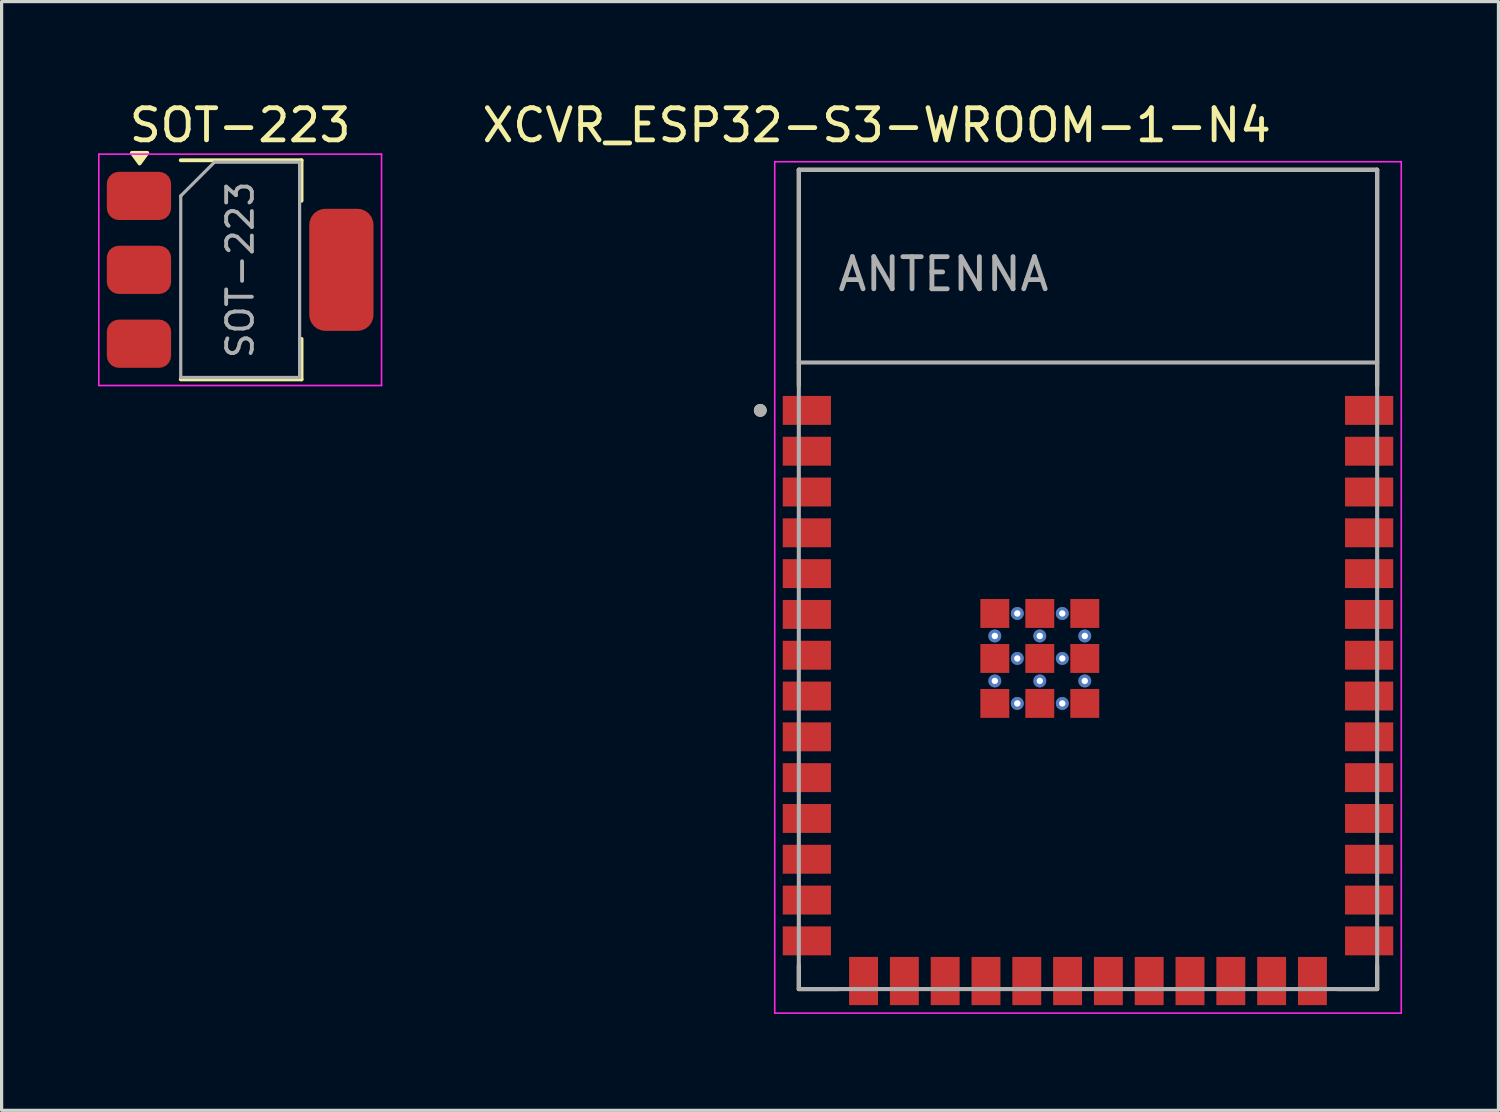
<source format=kicad_pcb>
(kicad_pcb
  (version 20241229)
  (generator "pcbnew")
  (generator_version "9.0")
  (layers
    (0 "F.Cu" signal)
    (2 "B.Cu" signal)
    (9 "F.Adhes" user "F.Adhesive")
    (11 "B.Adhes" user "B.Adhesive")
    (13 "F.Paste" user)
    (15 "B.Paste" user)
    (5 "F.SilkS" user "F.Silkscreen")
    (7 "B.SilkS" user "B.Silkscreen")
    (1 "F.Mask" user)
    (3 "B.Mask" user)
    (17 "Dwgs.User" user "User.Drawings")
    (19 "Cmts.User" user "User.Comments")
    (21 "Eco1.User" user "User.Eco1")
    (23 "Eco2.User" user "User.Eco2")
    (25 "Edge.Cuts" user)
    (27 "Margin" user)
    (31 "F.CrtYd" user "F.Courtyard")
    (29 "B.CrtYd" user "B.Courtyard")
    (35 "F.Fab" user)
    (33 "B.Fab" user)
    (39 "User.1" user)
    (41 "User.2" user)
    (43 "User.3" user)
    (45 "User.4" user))
  (footprint "SOT-223"
    (layer "F.Cu")
    (at 4.425 5.348)
    (property "Reference" "SOT-223" (at 0 -4.5 0) (layer "F.SilkS") (effects (font (size 1 1) (thickness 0.15))))
    (attr smd)
    (fp_line (start -1.85 -3.41) (end 1.91 -3.41) (stroke (width 0.12) (type solid)) (layer "F.SilkS"))
    (fp_line (start -1.85 3.41) (end 1.91 3.41) (stroke (width 0.12) (type solid)) (layer "F.SilkS"))
    (fp_line (start 1.91 -3.41) (end 1.91 -2.15) (stroke (width 0.12) (type solid)) (layer "F.SilkS"))
    (fp_line (start 1.91 3.41) (end 1.91 2.15) (stroke (width 0.12) (type solid)) (layer "F.SilkS"))
    (fp_poly (pts (xy -3.13 -3.31) (xy -3.37 -3.64) (xy -2.89 -3.64) (xy -3.13 -3.31)) (stroke (width 0.12) (type solid)) (fill yes) (layer "F.SilkS"))
    (fp_line (start -4.4 -3.6) (end -4.4 3.6) (stroke (width 0.05) (type solid)) (layer "F.CrtYd"))
    (fp_line (start -4.4 3.6) (end 4.4 3.6) (stroke (width 0.05) (type solid)) (layer "F.CrtYd"))
    (fp_line (start 4.4 -3.6) (end -4.4 -3.6) (stroke (width 0.05) (type solid)) (layer "F.CrtYd"))
    (fp_line (start 4.4 3.6) (end 4.4 -3.6) (stroke (width 0.05) (type solid)) (layer "F.CrtYd"))
    (fp_line (start -1.85 -2.3) (end -1.85 3.35) (stroke (width 0.1) (type solid)) (layer "F.Fab"))
    (fp_line (start -1.85 -2.3) (end -0.8 -3.35) (stroke (width 0.1) (type solid)) (layer "F.Fab"))
    (fp_line (start -1.85 3.35) (end 1.85 3.35) (stroke (width 0.1) (type solid)) (layer "F.Fab"))
    (fp_line (start -0.8 -3.35) (end 1.85 -3.35) (stroke (width 0.1) (type solid)) (layer "F.Fab"))
    (fp_line (start 1.85 -3.35) (end 1.85 3.35) (stroke (width 0.1) (type solid)) (layer "F.Fab"))
    (fp_text user "${REFERENCE}" (at 0 0 90) (layer "F.Fab") (effects (font (size 0.8 0.8) (thickness 0.12))))
    (pad "1" smd roundrect (at -3.15 -2.3) (size 2 1.5) (layers "F.Cu" "F.Mask" "F.Paste") (roundrect_rratio 0.25))
    (pad "2" smd roundrect (at -3.15 0) (size 2 1.5) (layers "F.Cu" "F.Mask" "F.Paste") (roundrect_rratio 0.25))
    (pad "2" smd roundrect (at 3.15 0) (size 2 3.8) (layers "F.Cu" "F.Mask" "F.Paste") (roundrect_rratio 0.25))
    (pad "3" smd roundrect (at -3.15 2.3) (size 2 1.5) (layers "F.Cu" "F.Mask" "F.Paste") (roundrect_rratio 0.25)))
  (footprint "XCVR_ESP32-S3-WROOM-1-N4"
    (layer "F.Cu")
    (at 30.812 14.983)
    (property "Reference" "XCVR_ESP32-S3-WROOM-1-N4" (at -6.575 -14.135 0) (layer "F.SilkS") (effects (font (size 1 1) (thickness 0.15))))
    (attr smd)
    (fp_line (start -9 -12.75) (end 9 -12.75) (stroke (width 0.127) (type solid)) (layer "F.SilkS"))
    (fp_line (start -9 -6.03) (end -9 -12.75) (stroke (width 0.127) (type solid)) (layer "F.SilkS"))
    (fp_line (start -9 12.02) (end -9 12.75) (stroke (width 0.127) (type solid)) (layer "F.SilkS"))
    (fp_line (start -9 12.75) (end -7.755 12.75) (stroke (width 0.127) (type solid)) (layer "F.SilkS"))
    (fp_line (start 9 -12.75) (end 9 -6.03) (stroke (width 0.127) (type solid)) (layer "F.SilkS"))
    (fp_line (start 9 12.02) (end 9 12.75) (stroke (width 0.127) (type solid)) (layer "F.SilkS"))
    (fp_line (start 9 12.75) (end 7.755 12.75) (stroke (width 0.127) (type solid)) (layer "F.SilkS"))
    (fp_circle (center -10.2 -5.26) (end -10.1 -5.26) (stroke (width 0.2) (type solid)) (fill no) (layer "F.SilkS"))
    (fp_line (start -9.75 -13) (end 9.75 -13) (stroke (width 0.05) (type solid)) (layer "F.CrtYd"))
    (fp_line (start -9.75 13.5) (end -9.75 -13) (stroke (width 0.05) (type solid)) (layer "F.CrtYd"))
    (fp_line (start -9.75 13.5) (end 9.75 13.5) (stroke (width 0.05) (type solid)) (layer "F.CrtYd"))
    (fp_line (start 9.75 -13) (end 9.75 13.5) (stroke (width 0.05) (type solid)) (layer "F.CrtYd"))
    (fp_line (start -9 -12.75) (end 9 -12.75) (stroke (width 0.127) (type solid)) (layer "F.Fab"))
    (fp_line (start -9 -6.75) (end -9 -12.75) (stroke (width 0.127) (type solid)) (layer "F.Fab"))
    (fp_line (start -9 -6.75) (end 9 -6.75) (stroke (width 0.127) (type solid)) (layer "F.Fab"))
    (fp_line (start -9 12.75) (end -9 -6.75) (stroke (width 0.127) (type solid)) (layer "F.Fab"))
    (fp_line (start 9 -12.75) (end 9 -6.75) (stroke (width 0.127) (type solid)) (layer "F.Fab"))
    (fp_line (start 9 -6.75) (end 9 12.75) (stroke (width 0.127) (type solid)) (layer "F.Fab"))
    (fp_line (start 9 12.75) (end -9 12.75) (stroke (width 0.127) (type solid)) (layer "F.Fab"))
    (fp_circle (center -10.2 -5.26) (end -10.1 -5.26) (stroke (width 0.2) (type solid)) (fill no) (layer "F.Fab"))
    (fp_text user "ANTENNA" (at -4.5 -9.5 0) (layer "F.Fab") (effects (font (size 1 1) (thickness 0.15))))
    (pad "1" smd rect (at -8.75 -5.26) (size 1.5 0.9) (layers "F.Cu" "F.Mask" "F.Paste"))
    (pad "2" smd rect (at -8.75 -3.99) (size 1.5 0.9) (layers "F.Cu" "F.Mask" "F.Paste"))
    (pad "3" smd rect (at -8.75 -2.72) (size 1.5 0.9) (layers "F.Cu" "F.Mask" "F.Paste"))
    (pad "4" smd rect (at -8.75 -1.45) (size 1.5 0.9) (layers "F.Cu" "F.Mask" "F.Paste"))
    (pad "5" smd rect (at -8.75 -0.18) (size 1.5 0.9) (layers "F.Cu" "F.Mask" "F.Paste"))
    (pad "6" smd rect (at -8.75 1.09) (size 1.5 0.9) (layers "F.Cu" "F.Mask" "F.Paste"))
    (pad "7" smd rect (at -8.75 2.36) (size 1.5 0.9) (layers "F.Cu" "F.Mask" "F.Paste"))
    (pad "8" smd rect (at -8.75 3.63) (size 1.5 0.9) (layers "F.Cu" "F.Mask" "F.Paste"))
    (pad "9" smd rect (at -8.75 4.9) (size 1.5 0.9) (layers "F.Cu" "F.Mask" "F.Paste"))
    (pad "10" smd rect (at -8.75 6.17) (size 1.5 0.9) (layers "F.Cu" "F.Mask" "F.Paste"))
    (pad "11" smd rect (at -8.75 7.44) (size 1.5 0.9) (layers "F.Cu" "F.Mask" "F.Paste"))
    (pad "12" smd rect (at -8.75 8.71) (size 1.5 0.9) (layers "F.Cu" "F.Mask" "F.Paste"))
    (pad "13" smd rect (at -8.75 9.98) (size 1.5 0.9) (layers "F.Cu" "F.Mask" "F.Paste"))
    (pad "14" smd rect (at -8.75 11.25) (size 1.5 0.9) (layers "F.Cu" "F.Mask" "F.Paste"))
    (pad "15" smd rect (at -6.985 12.5) (size 0.9 1.5) (layers "F.Cu" "F.Mask" "F.Paste"))
    (pad "16" smd rect (at -5.715 12.5) (size 0.9 1.5) (layers "F.Cu" "F.Mask" "F.Paste"))
    (pad "17" smd rect (at -4.445 12.5) (size 0.9 1.5) (layers "F.Cu" "F.Mask" "F.Paste"))
    (pad "18" smd rect (at -3.175 12.5) (size 0.9 1.5) (layers "F.Cu" "F.Mask" "F.Paste"))
    (pad "19" smd rect (at -1.905 12.5) (size 0.9 1.5) (layers "F.Cu" "F.Mask" "F.Paste"))
    (pad "20" smd rect (at -0.635 12.5) (size 0.9 1.5) (layers "F.Cu" "F.Mask" "F.Paste"))
    (pad "21" smd rect (at 0.635 12.5) (size 0.9 1.5) (layers "F.Cu" "F.Mask" "F.Paste"))
    (pad "22" smd rect (at 1.905 12.5) (size 0.9 1.5) (layers "F.Cu" "F.Mask" "F.Paste"))
    (pad "23" smd rect (at 3.175 12.5) (size 0.9 1.5) (layers "F.Cu" "F.Mask" "F.Paste"))
    (pad "24" smd rect (at 4.445 12.5) (size 0.9 1.5) (layers "F.Cu" "F.Mask" "F.Paste"))
    (pad "25" smd rect (at 5.715 12.5) (size 0.9 1.5) (layers "F.Cu" "F.Mask" "F.Paste"))
    (pad "26" smd rect (at 6.985 12.5) (size 0.9 1.5) (layers "F.Cu" "F.Mask" "F.Paste"))
    (pad "27" smd rect (at 8.75 11.25) (size 1.5 0.9) (layers "F.Cu" "F.Mask" "F.Paste"))
    (pad "28" smd rect (at 8.75 9.98) (size 1.5 0.9) (layers "F.Cu" "F.Mask" "F.Paste"))
    (pad "29" smd rect (at 8.75 8.71) (size 1.5 0.9) (layers "F.Cu" "F.Mask" "F.Paste"))
    (pad "30" smd rect (at 8.75 7.44) (size 1.5 0.9) (layers "F.Cu" "F.Mask" "F.Paste"))
    (pad "31" smd rect (at 8.75 6.17) (size 1.5 0.9) (layers "F.Cu" "F.Mask" "F.Paste"))
    (pad "32" smd rect (at 8.75 4.9) (size 1.5 0.9) (layers "F.Cu" "F.Mask" "F.Paste"))
    (pad "33" smd rect (at 8.75 3.63) (size 1.5 0.9) (layers "F.Cu" "F.Mask" "F.Paste"))
    (pad "34" smd rect (at 8.75 2.36) (size 1.5 0.9) (layers "F.Cu" "F.Mask" "F.Paste"))
    (pad "35" smd rect (at 8.75 1.09) (size 1.5 0.9) (layers "F.Cu" "F.Mask" "F.Paste"))
    (pad "36" smd rect (at 8.75 -0.18) (size 1.5 0.9) (layers "F.Cu" "F.Mask" "F.Paste"))
    (pad "37" smd rect (at 8.75 -1.45) (size 1.5 0.9) (layers "F.Cu" "F.Mask" "F.Paste"))
    (pad "38" smd rect (at 8.75 -2.72) (size 1.5 0.9) (layers "F.Cu" "F.Mask" "F.Paste"))
    (pad "39" smd rect (at 8.75 -3.99) (size 1.5 0.9) (layers "F.Cu" "F.Mask" "F.Paste"))
    (pad "40" smd rect (at 8.75 -5.26) (size 1.5 0.9) (layers "F.Cu" "F.Mask" "F.Paste"))
    (pad "41" smd rect (at -2.9 1.06) (size 0.9 0.9) (layers "F.Cu" "F.Mask" "F.Paste"))
    (pad "41" thru_hole circle (at -2.9 1.76) (size 0.4 0.4) (drill 0.2) (layers "*.Cu"))
    (pad "41" smd rect (at -2.9 2.46) (size 0.9 0.9) (layers "F.Cu" "F.Mask" "F.Paste"))
    (pad "41" thru_hole circle (at -2.9 3.16) (size 0.4 0.4) (drill 0.2) (layers "*.Cu"))
    (pad "41" smd rect (at -2.9 3.86) (size 0.9 0.9) (layers "F.Cu" "F.Mask" "F.Paste"))
    (pad "41" thru_hole circle (at -2.2 1.06) (size 0.4 0.4) (drill 0.2) (layers "*.Cu"))
    (pad "41" thru_hole circle (at -2.2 2.46) (size 0.4 0.4) (drill 0.2) (layers "*.Cu"))
    (pad "41" thru_hole circle (at -2.2 3.86) (size 0.4 0.4) (drill 0.2) (layers "*.Cu"))
    (pad "41" smd rect (at -1.5 1.06) (size 0.9 0.9) (layers "F.Cu" "F.Mask" "F.Paste"))
    (pad "41" thru_hole circle (at -1.5 1.76) (size 0.4 0.4) (drill 0.2) (layers "*.Cu"))
    (pad "41" smd rect (at -1.5 2.46) (size 0.9 0.9) (layers "F.Cu" "F.Mask" "F.Paste"))
    (pad "41" thru_hole circle (at -1.5 3.16) (size 0.4 0.4) (drill 0.2) (layers "*.Cu"))
    (pad "41" smd rect (at -1.5 3.86) (size 0.9 0.9) (layers "F.Cu" "F.Mask" "F.Paste"))
    (pad "41" thru_hole circle (at -0.8 1.06) (size 0.4 0.4) (drill 0.2) (layers "*.Cu"))
    (pad "41" thru_hole circle (at -0.8 2.46) (size 0.4 0.4) (drill 0.2) (layers "*.Cu"))
    (pad "41" thru_hole circle (at -0.8 3.86) (size 0.4 0.4) (drill 0.2) (layers "*.Cu"))
    (pad "41" smd rect (at -0.1 1.06) (size 0.9 0.9) (layers "F.Cu" "F.Mask" "F.Paste"))
    (pad "41" thru_hole circle (at -0.1 1.76) (size 0.4 0.4) (drill 0.2) (layers "*.Cu"))
    (pad "41" smd rect (at -0.1 2.46) (size 0.9 0.9) (layers "F.Cu" "F.Mask" "F.Paste"))
    (pad "41" thru_hole circle (at -0.1 3.16) (size 0.4 0.4) (drill 0.2) (layers "*.Cu"))
    (pad "41" smd rect (at -0.1 3.86) (size 0.9 0.9) (layers "F.Cu" "F.Mask" "F.Paste"))
    (zone (net_name "") (layer "F.Cu") (hatch full 0.508) (connect_pads) (min_thickness 0.01) (filled_areas_thickness no) (keepout (tracks not_allowed) (vias not_allowed) (pads not_allowed) (copperpour not_allowed) (footprints allowed)) (placement (enabled no)) (fill) (polygon (pts (xy 21.812 2.233) (xy 39.812 2.233) (xy 39.812 8.233) (xy 21.812 8.233))))
    (zone (net_name "") (layers "F.Cu" "B.Cu") (hatch full 0.508) (connect_pads) (min_thickness 0.01) (filled_areas_thickness no) (keepout (tracks allowed) (vias not_allowed) (pads allowed) (copperpour allowed) (footprints allowed)) (placement (enabled no)) (fill) (polygon (pts (xy 21.812 2.233) (xy 39.812 2.233) (xy 39.812 8.233) (xy 21.812 8.233))))
    (zone (net_name "") (layer "B.Cu") (hatch full 0.508) (connect_pads) (min_thickness 0.01) (filled_areas_thickness no) (keepout (tracks not_allowed) (vias not_allowed) (pads not_allowed) (copperpour not_allowed) (footprints allowed)) (placement (enabled no)) (fill) (polygon (pts (xy 21.812 2.233) (xy 39.812 2.233) (xy 39.812 8.233) (xy 21.812 8.233)))))
  (gr_rect
    (start -3 -3)
    (end 43.587 31.508)
    (stroke (width 0.1) (type default))
    (fill no)
    (layer "Edge.Cuts")))
</source>
